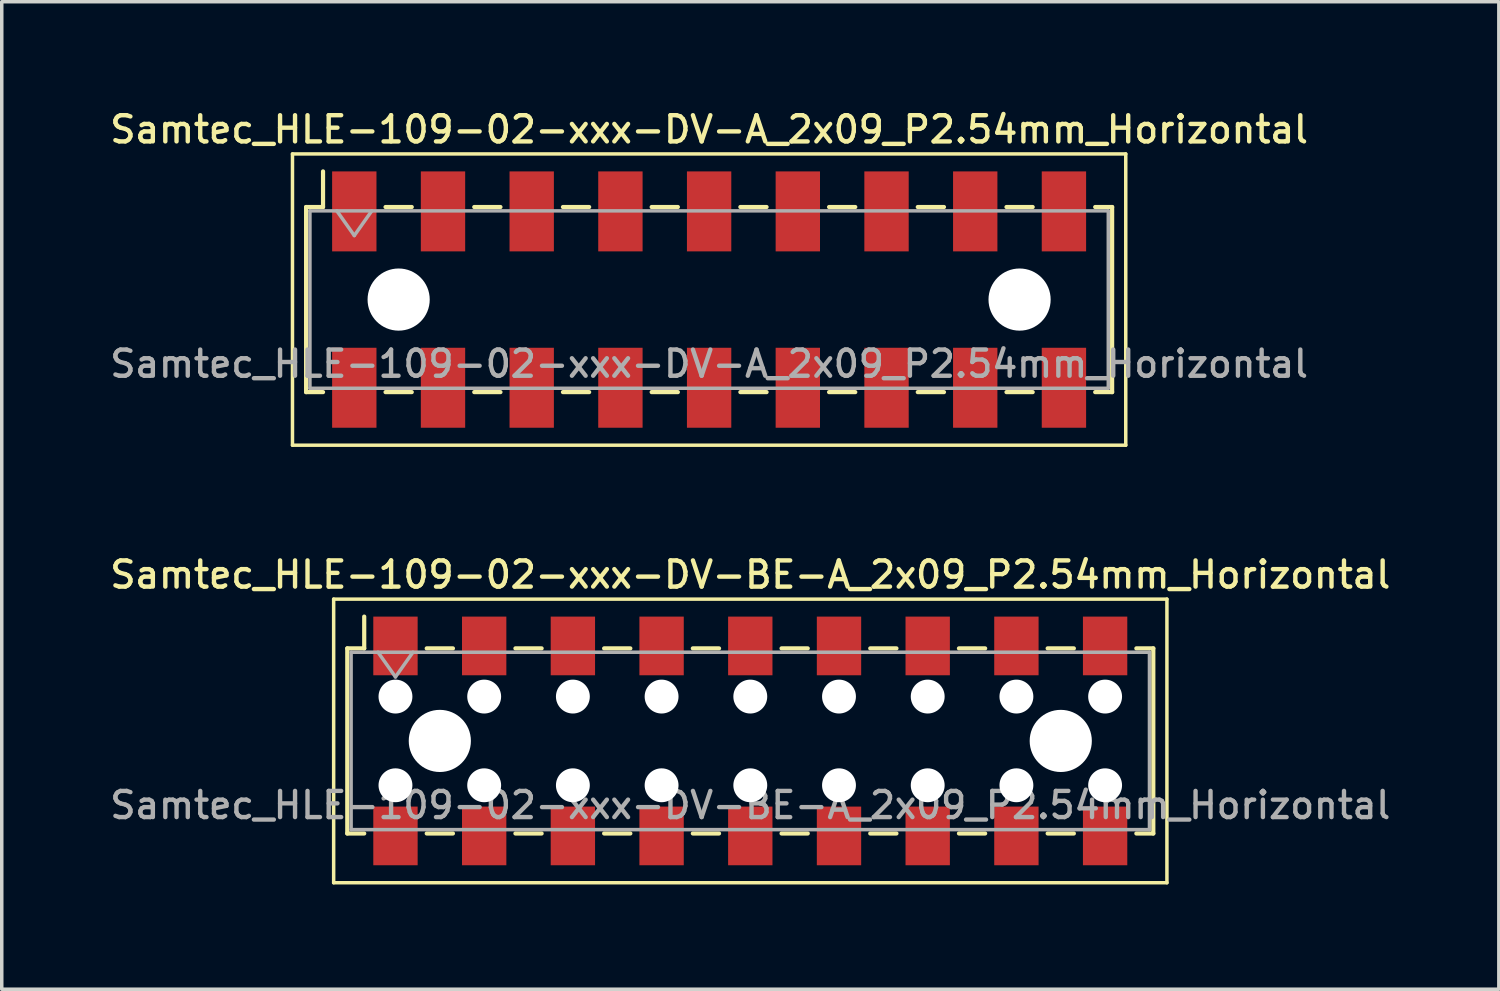
<source format=kicad_pcb>
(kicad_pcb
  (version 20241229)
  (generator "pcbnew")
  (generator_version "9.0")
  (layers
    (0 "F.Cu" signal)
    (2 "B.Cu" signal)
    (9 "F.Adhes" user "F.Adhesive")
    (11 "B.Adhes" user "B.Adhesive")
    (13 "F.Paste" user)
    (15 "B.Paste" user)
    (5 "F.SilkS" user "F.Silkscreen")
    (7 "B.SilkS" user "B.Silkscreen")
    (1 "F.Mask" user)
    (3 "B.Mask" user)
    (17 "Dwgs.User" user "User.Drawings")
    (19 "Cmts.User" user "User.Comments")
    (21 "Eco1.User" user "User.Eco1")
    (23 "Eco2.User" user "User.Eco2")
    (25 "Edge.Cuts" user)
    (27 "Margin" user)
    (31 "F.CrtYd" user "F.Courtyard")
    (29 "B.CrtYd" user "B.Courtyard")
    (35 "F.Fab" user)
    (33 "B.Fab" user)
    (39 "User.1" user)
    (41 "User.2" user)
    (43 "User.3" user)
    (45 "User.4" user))
  (footprint "Samtec_HLE-109-02-xxx-DV-A_2x09_P2.54mm_Horizontal"
    (layer "F.Cu")
    (at 17.255 5.528)
    (property "Reference" "Samtec_HLE-109-02-xxx-DV-A_2x09_P2.54mm_Horizontal" (at 0 -4.87 0) (layer "F.SilkS") (effects (font (size 0.75 0.75) (thickness 0.125))))
    (attr smd)
    (fp_line (start -11.93 -4.17) (end 11.93 -4.17) (stroke (width 0.1) (type solid)) (layer "F.SilkS"))
    (fp_line (start -11.93 4.17) (end -11.93 -4.17) (stroke (width 0.1) (type solid)) (layer "F.SilkS"))
    (fp_line (start -11.54 -2.65) (end -11.54 2.65) (stroke (width 0.12) (type solid)) (layer "F.SilkS"))
    (fp_line (start -11.54 2.65) (end -11.055 2.65) (stroke (width 0.12) (type solid)) (layer "F.SilkS"))
    (fp_line (start -11.055 -3.67) (end -11.055 -2.65) (stroke (width 0.12) (type solid)) (layer "F.SilkS"))
    (fp_line (start -11.055 -2.65) (end -11.54 -2.65) (stroke (width 0.12) (type solid)) (layer "F.SilkS"))
    (fp_line (start -9.265 -2.65) (end -8.515 -2.65) (stroke (width 0.12) (type solid)) (layer "F.SilkS"))
    (fp_line (start -9.265 2.65) (end -8.515 2.65) (stroke (width 0.12) (type solid)) (layer "F.SilkS"))
    (fp_line (start -6.725 -2.65) (end -5.975 -2.65) (stroke (width 0.12) (type solid)) (layer "F.SilkS"))
    (fp_line (start -6.725 2.65) (end -5.975 2.65) (stroke (width 0.12) (type solid)) (layer "F.SilkS"))
    (fp_line (start -4.185 -2.65) (end -3.435 -2.65) (stroke (width 0.12) (type solid)) (layer "F.SilkS"))
    (fp_line (start -4.185 2.65) (end -3.435 2.65) (stroke (width 0.12) (type solid)) (layer "F.SilkS"))
    (fp_line (start -1.645 -2.65) (end -0.895 -2.65) (stroke (width 0.12) (type solid)) (layer "F.SilkS"))
    (fp_line (start -1.645 2.65) (end -0.895 2.65) (stroke (width 0.12) (type solid)) (layer "F.SilkS"))
    (fp_line (start 0.895 -2.65) (end 1.645 -2.65) (stroke (width 0.12) (type solid)) (layer "F.SilkS"))
    (fp_line (start 0.895 2.65) (end 1.645 2.65) (stroke (width 0.12) (type solid)) (layer "F.SilkS"))
    (fp_line (start 3.435 -2.65) (end 4.185 -2.65) (stroke (width 0.12) (type solid)) (layer "F.SilkS"))
    (fp_line (start 3.435 2.65) (end 4.185 2.65) (stroke (width 0.12) (type solid)) (layer "F.SilkS"))
    (fp_line (start 5.975 -2.65) (end 6.725 -2.65) (stroke (width 0.12) (type solid)) (layer "F.SilkS"))
    (fp_line (start 5.975 2.65) (end 6.725 2.65) (stroke (width 0.12) (type solid)) (layer "F.SilkS"))
    (fp_line (start 8.515 -2.65) (end 9.265 -2.65) (stroke (width 0.12) (type solid)) (layer "F.SilkS"))
    (fp_line (start 8.515 2.65) (end 9.265 2.65) (stroke (width 0.12) (type solid)) (layer "F.SilkS"))
    (fp_line (start 11.055 -2.65) (end 11.54 -2.65) (stroke (width 0.12) (type solid)) (layer "F.SilkS"))
    (fp_line (start 11.54 -2.65) (end 11.54 2.65) (stroke (width 0.12) (type solid)) (layer "F.SilkS"))
    (fp_line (start 11.54 2.65) (end 11.055 2.65) (stroke (width 0.12) (type solid)) (layer "F.SilkS"))
    (fp_line (start 11.93 -4.17) (end 11.93 4.17) (stroke (width 0.1) (type solid)) (layer "F.SilkS"))
    (fp_line (start 11.93 4.17) (end -11.93 4.17) (stroke (width 0.1) (type solid)) (layer "F.SilkS"))
    (fp_line (start -11.43 -2.54) (end 11.43 -2.54) (stroke (width 0.1) (type solid)) (layer "F.Fab"))
    (fp_line (start -11.43 2.54) (end -11.43 -2.54) (stroke (width 0.1) (type solid)) (layer "F.Fab"))
    (fp_line (start -10.66 -2.54) (end -10.16 -1.833) (stroke (width 0.1) (type solid)) (layer "F.Fab"))
    (fp_line (start -10.16 -1.833) (end -9.66 -2.54) (stroke (width 0.1) (type solid)) (layer "F.Fab"))
    (fp_line (start 11.43 -2.54) (end 11.43 2.54) (stroke (width 0.1) (type solid)) (layer "F.Fab"))
    (fp_line (start 11.43 2.54) (end -11.43 2.54) (stroke (width 0.1) (type solid)) (layer "F.Fab"))
    (fp_text user "${REFERENCE}" (at 0 1.84 0) (layer "F.Fab") (effects (font (size 0.75 0.75) (thickness 0.125))))
    (pad "" np_thru_hole circle (at -8.89 0) (size 1.78 1.78) (drill 1.78) (layers "*.Cu" "*.Mask"))
    (pad "" np_thru_hole circle (at 8.89 0) (size 1.78 1.78) (drill 1.78) (layers "*.Cu" "*.Mask"))
    (pad "1" smd rect (at -10.16 -2.525) (size 1.27 2.29) (layers "F.Cu" "F.Mask" "F.Paste"))
    (pad "2" smd rect (at -10.16 2.525) (size 1.27 2.29) (layers "F.Cu" "F.Mask" "F.Paste"))
    (pad "3" smd rect (at -7.62 -2.525) (size 1.27 2.29) (layers "F.Cu" "F.Mask" "F.Paste"))
    (pad "4" smd rect (at -7.62 2.525) (size 1.27 2.29) (layers "F.Cu" "F.Mask" "F.Paste"))
    (pad "5" smd rect (at -5.08 -2.525) (size 1.27 2.29) (layers "F.Cu" "F.Mask" "F.Paste"))
    (pad "6" smd rect (at -5.08 2.525) (size 1.27 2.29) (layers "F.Cu" "F.Mask" "F.Paste"))
    (pad "7" smd rect (at -2.54 -2.525) (size 1.27 2.29) (layers "F.Cu" "F.Mask" "F.Paste"))
    (pad "8" smd rect (at -2.54 2.525) (size 1.27 2.29) (layers "F.Cu" "F.Mask" "F.Paste"))
    (pad "9" smd rect (at 0 -2.525) (size 1.27 2.29) (layers "F.Cu" "F.Mask" "F.Paste"))
    (pad "10" smd rect (at 0 2.525) (size 1.27 2.29) (layers "F.Cu" "F.Mask" "F.Paste"))
    (pad "11" smd rect (at 2.54 -2.525) (size 1.27 2.29) (layers "F.Cu" "F.Mask" "F.Paste"))
    (pad "12" smd rect (at 2.54 2.525) (size 1.27 2.29) (layers "F.Cu" "F.Mask" "F.Paste"))
    (pad "13" smd rect (at 5.08 -2.525) (size 1.27 2.29) (layers "F.Cu" "F.Mask" "F.Paste"))
    (pad "14" smd rect (at 5.08 2.525) (size 1.27 2.29) (layers "F.Cu" "F.Mask" "F.Paste"))
    (pad "15" smd rect (at 7.62 -2.525) (size 1.27 2.29) (layers "F.Cu" "F.Mask" "F.Paste"))
    (pad "16" smd rect (at 7.62 2.525) (size 1.27 2.29) (layers "F.Cu" "F.Mask" "F.Paste"))
    (pad "17" smd rect (at 10.16 -2.525) (size 1.27 2.29) (layers "F.Cu" "F.Mask" "F.Paste"))
    (pad "18" smd rect (at 10.16 2.525) (size 1.27 2.29) (layers "F.Cu" "F.Mask" "F.Paste")))
  (footprint "Samtec_HLE-109-02-xxx-DV-BE-A_2x09_P2.54mm_Horizontal"
    (layer "F.Cu")
    (at 18.434 18.166)
    (property "Reference" "Samtec_HLE-109-02-xxx-DV-BE-A_2x09_P2.54mm_Horizontal" (at 0 -4.76 0) (layer "F.SilkS") (effects (font (size 0.75 0.75) (thickness 0.125))))
    (attr smd)
    (fp_line (start -11.93 -4.06) (end 11.93 -4.06) (stroke (width 0.1) (type solid)) (layer "F.SilkS"))
    (fp_line (start -11.93 4.06) (end -11.93 -4.06) (stroke (width 0.1) (type solid)) (layer "F.SilkS"))
    (fp_line (start -11.54 -2.65) (end -11.54 2.65) (stroke (width 0.12) (type solid)) (layer "F.SilkS"))
    (fp_line (start -11.54 2.65) (end -11.055 2.65) (stroke (width 0.12) (type solid)) (layer "F.SilkS"))
    (fp_line (start -11.055 -3.56) (end -11.055 -2.65) (stroke (width 0.12) (type solid)) (layer "F.SilkS"))
    (fp_line (start -11.055 -2.65) (end -11.54 -2.65) (stroke (width 0.12) (type solid)) (layer "F.SilkS"))
    (fp_line (start -9.265 -2.65) (end -8.515 -2.65) (stroke (width 0.12) (type solid)) (layer "F.SilkS"))
    (fp_line (start -9.265 2.65) (end -8.515 2.65) (stroke (width 0.12) (type solid)) (layer "F.SilkS"))
    (fp_line (start -6.725 -2.65) (end -5.975 -2.65) (stroke (width 0.12) (type solid)) (layer "F.SilkS"))
    (fp_line (start -6.725 2.65) (end -5.975 2.65) (stroke (width 0.12) (type solid)) (layer "F.SilkS"))
    (fp_line (start -4.185 -2.65) (end -3.435 -2.65) (stroke (width 0.12) (type solid)) (layer "F.SilkS"))
    (fp_line (start -4.185 2.65) (end -3.435 2.65) (stroke (width 0.12) (type solid)) (layer "F.SilkS"))
    (fp_line (start -1.645 -2.65) (end -0.895 -2.65) (stroke (width 0.12) (type solid)) (layer "F.SilkS"))
    (fp_line (start -1.645 2.65) (end -0.895 2.65) (stroke (width 0.12) (type solid)) (layer "F.SilkS"))
    (fp_line (start 0.895 -2.65) (end 1.645 -2.65) (stroke (width 0.12) (type solid)) (layer "F.SilkS"))
    (fp_line (start 0.895 2.65) (end 1.645 2.65) (stroke (width 0.12) (type solid)) (layer "F.SilkS"))
    (fp_line (start 3.435 -2.65) (end 4.185 -2.65) (stroke (width 0.12) (type solid)) (layer "F.SilkS"))
    (fp_line (start 3.435 2.65) (end 4.185 2.65) (stroke (width 0.12) (type solid)) (layer "F.SilkS"))
    (fp_line (start 5.975 -2.65) (end 6.725 -2.65) (stroke (width 0.12) (type solid)) (layer "F.SilkS"))
    (fp_line (start 5.975 2.65) (end 6.725 2.65) (stroke (width 0.12) (type solid)) (layer "F.SilkS"))
    (fp_line (start 8.515 -2.65) (end 9.265 -2.65) (stroke (width 0.12) (type solid)) (layer "F.SilkS"))
    (fp_line (start 8.515 2.65) (end 9.265 2.65) (stroke (width 0.12) (type solid)) (layer "F.SilkS"))
    (fp_line (start 11.055 -2.65) (end 11.54 -2.65) (stroke (width 0.12) (type solid)) (layer "F.SilkS"))
    (fp_line (start 11.54 -2.65) (end 11.54 2.65) (stroke (width 0.12) (type solid)) (layer "F.SilkS"))
    (fp_line (start 11.54 2.65) (end 11.055 2.65) (stroke (width 0.12) (type solid)) (layer "F.SilkS"))
    (fp_line (start 11.93 -4.06) (end 11.93 4.06) (stroke (width 0.1) (type solid)) (layer "F.SilkS"))
    (fp_line (start 11.93 4.06) (end -11.93 4.06) (stroke (width 0.1) (type solid)) (layer "F.SilkS"))
    (fp_line (start -11.43 -2.54) (end 11.43 -2.54) (stroke (width 0.1) (type solid)) (layer "F.Fab"))
    (fp_line (start -11.43 2.54) (end -11.43 -2.54) (stroke (width 0.1) (type solid)) (layer "F.Fab"))
    (fp_line (start -10.66 -2.54) (end -10.16 -1.833) (stroke (width 0.1) (type solid)) (layer "F.Fab"))
    (fp_line (start -10.16 -1.833) (end -9.66 -2.54) (stroke (width 0.1) (type solid)) (layer "F.Fab"))
    (fp_line (start 11.43 -2.54) (end 11.43 2.54) (stroke (width 0.1) (type solid)) (layer "F.Fab"))
    (fp_line (start 11.43 2.54) (end -11.43 2.54) (stroke (width 0.1) (type solid)) (layer "F.Fab"))
    (fp_text user "${REFERENCE}" (at 0 1.84 0) (layer "F.Fab") (effects (font (size 0.75 0.75) (thickness 0.125))))
    (pad "" np_thru_hole circle (at -10.16 -1.27) (size 0.97 0.97) (drill 0.97) (layers "*.Cu" "*.Mask"))
    (pad "" np_thru_hole circle (at -10.16 1.27) (size 0.97 0.97) (drill 0.97) (layers "*.Cu" "*.Mask"))
    (pad "" np_thru_hole circle (at -8.89 0) (size 1.78 1.78) (drill 1.78) (layers "*.Cu" "*.Mask"))
    (pad "" np_thru_hole circle (at -7.62 -1.27) (size 0.97 0.97) (drill 0.97) (layers "*.Cu" "*.Mask"))
    (pad "" np_thru_hole circle (at -7.62 1.27) (size 0.97 0.97) (drill 0.97) (layers "*.Cu" "*.Mask"))
    (pad "" np_thru_hole circle (at -5.08 -1.27) (size 0.97 0.97) (drill 0.97) (layers "*.Cu" "*.Mask"))
    (pad "" np_thru_hole circle (at -5.08 1.27) (size 0.97 0.97) (drill 0.97) (layers "*.Cu" "*.Mask"))
    (pad "" np_thru_hole circle (at -2.54 -1.27) (size 0.97 0.97) (drill 0.97) (layers "*.Cu" "*.Mask"))
    (pad "" np_thru_hole circle (at -2.54 1.27) (size 0.97 0.97) (drill 0.97) (layers "*.Cu" "*.Mask"))
    (pad "" np_thru_hole circle (at 0 -1.27) (size 0.97 0.97) (drill 0.97) (layers "*.Cu" "*.Mask"))
    (pad "" np_thru_hole circle (at 0 1.27) (size 0.97 0.97) (drill 0.97) (layers "*.Cu" "*.Mask"))
    (pad "" np_thru_hole circle (at 2.54 -1.27) (size 0.97 0.97) (drill 0.97) (layers "*.Cu" "*.Mask"))
    (pad "" np_thru_hole circle (at 2.54 1.27) (size 0.97 0.97) (drill 0.97) (layers "*.Cu" "*.Mask"))
    (pad "" np_thru_hole circle (at 5.08 -1.27) (size 0.97 0.97) (drill 0.97) (layers "*.Cu" "*.Mask"))
    (pad "" np_thru_hole circle (at 5.08 1.27) (size 0.97 0.97) (drill 0.97) (layers "*.Cu" "*.Mask"))
    (pad "" np_thru_hole circle (at 7.62 -1.27) (size 0.97 0.97) (drill 0.97) (layers "*.Cu" "*.Mask"))
    (pad "" np_thru_hole circle (at 7.62 1.27) (size 0.97 0.97) (drill 0.97) (layers "*.Cu" "*.Mask"))
    (pad "" np_thru_hole circle (at 8.89 0) (size 1.78 1.78) (drill 1.78) (layers "*.Cu" "*.Mask"))
    (pad "" np_thru_hole circle (at 10.16 -1.27) (size 0.97 0.97) (drill 0.97) (layers "*.Cu" "*.Mask"))
    (pad "" np_thru_hole circle (at 10.16 1.27) (size 0.97 0.97) (drill 0.97) (layers "*.Cu" "*.Mask"))
    (pad "1" smd rect (at -10.16 -2.72) (size 1.27 1.68) (layers "F.Cu" "F.Mask" "F.Paste"))
    (pad "2" smd rect (at -10.16 2.72) (size 1.27 1.68) (layers "F.Cu" "F.Mask" "F.Paste"))
    (pad "3" smd rect (at -7.62 -2.72) (size 1.27 1.68) (layers "F.Cu" "F.Mask" "F.Paste"))
    (pad "4" smd rect (at -7.62 2.72) (size 1.27 1.68) (layers "F.Cu" "F.Mask" "F.Paste"))
    (pad "5" smd rect (at -5.08 -2.72) (size 1.27 1.68) (layers "F.Cu" "F.Mask" "F.Paste"))
    (pad "6" smd rect (at -5.08 2.72) (size 1.27 1.68) (layers "F.Cu" "F.Mask" "F.Paste"))
    (pad "7" smd rect (at -2.54 -2.72) (size 1.27 1.68) (layers "F.Cu" "F.Mask" "F.Paste"))
    (pad "8" smd rect (at -2.54 2.72) (size 1.27 1.68) (layers "F.Cu" "F.Mask" "F.Paste"))
    (pad "9" smd rect (at 0 -2.72) (size 1.27 1.68) (layers "F.Cu" "F.Mask" "F.Paste"))
    (pad "10" smd rect (at 0 2.72) (size 1.27 1.68) (layers "F.Cu" "F.Mask" "F.Paste"))
    (pad "11" smd rect (at 2.54 -2.72) (size 1.27 1.68) (layers "F.Cu" "F.Mask" "F.Paste"))
    (pad "12" smd rect (at 2.54 2.72) (size 1.27 1.68) (layers "F.Cu" "F.Mask" "F.Paste"))
    (pad "13" smd rect (at 5.08 -2.72) (size 1.27 1.68) (layers "F.Cu" "F.Mask" "F.Paste"))
    (pad "14" smd rect (at 5.08 2.72) (size 1.27 1.68) (layers "F.Cu" "F.Mask" "F.Paste"))
    (pad "15" smd rect (at 7.62 -2.72) (size 1.27 1.68) (layers "F.Cu" "F.Mask" "F.Paste"))
    (pad "16" smd rect (at 7.62 2.72) (size 1.27 1.68) (layers "F.Cu" "F.Mask" "F.Paste"))
    (pad "17" smd rect (at 10.16 -2.72) (size 1.27 1.68) (layers "F.Cu" "F.Mask" "F.Paste"))
    (pad "18" smd rect (at 10.16 2.72) (size 1.27 1.68) (layers "F.Cu" "F.Mask" "F.Paste")))
  (gr_rect
    (start -3 -3)
    (end 39.868 25.276)
    (stroke (width 0.1) (type default))
    (fill no)
    (layer "Edge.Cuts")))
</source>
